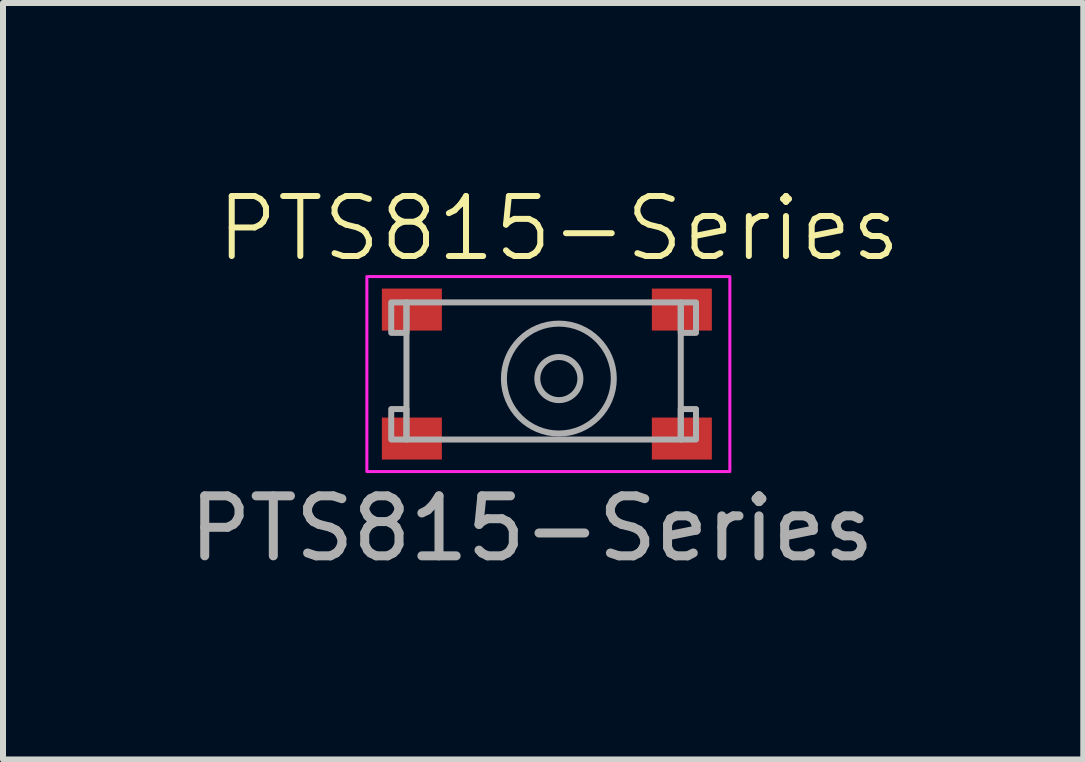
<source format=kicad_pcb>
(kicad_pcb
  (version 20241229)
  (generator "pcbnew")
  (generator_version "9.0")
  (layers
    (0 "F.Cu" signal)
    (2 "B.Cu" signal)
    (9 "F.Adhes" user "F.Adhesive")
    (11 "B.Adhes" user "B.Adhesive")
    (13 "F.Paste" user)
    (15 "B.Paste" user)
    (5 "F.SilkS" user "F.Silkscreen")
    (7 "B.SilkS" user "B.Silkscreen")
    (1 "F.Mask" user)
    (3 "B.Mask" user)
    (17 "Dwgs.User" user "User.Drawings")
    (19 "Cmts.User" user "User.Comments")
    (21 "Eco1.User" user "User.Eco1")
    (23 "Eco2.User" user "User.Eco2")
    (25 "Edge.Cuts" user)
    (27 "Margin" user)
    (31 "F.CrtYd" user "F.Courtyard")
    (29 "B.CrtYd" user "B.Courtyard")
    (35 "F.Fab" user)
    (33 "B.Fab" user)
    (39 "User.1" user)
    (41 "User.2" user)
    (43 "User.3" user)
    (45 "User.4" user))
  (footprint "PTS815-Series"
    (layer "F.Cu")
    (at 6.265 3.26)
    (property "Reference" "PTS815-Series" (at 0 -2.5 0) (unlocked yes) (layer "F.SilkS") (effects (font (size 1 1) (thickness 0.1))))
    (attr smd)
    (fp_rect (start -3.2 -1.7) (end 2.85 1.55) (stroke (width 0.05) (type default)) (fill no) (layer "F.CrtYd"))
    (fp_rect (start -2.794 -1.27) (end -2.54 -0.762) (stroke (width 0.1) (type solid)) (fill no) (layer "F.Fab"))
    (fp_rect (start -2.794 0.508) (end -2.54 1.016) (stroke (width 0.1) (type solid)) (fill no) (layer "F.Fab"))
    (fp_rect (start -2.54 -1.27) (end 2.032 1.016) (stroke (width 0.1) (type default)) (fill no) (layer "F.Fab"))
    (fp_rect (start 2.032 -1.27) (end 2.286 -0.762) (stroke (width 0.1) (type solid)) (fill no) (layer "F.Fab"))
    (fp_rect (start 2.032 0.508) (end 2.286 1.016) (stroke (width 0.1) (type solid)) (fill no) (layer "F.Fab"))
    (fp_circle (center 0 0) (end 0.254 -0.254) (stroke (width 0.1) (type default)) (fill no) (layer "F.Fab"))
    (fp_circle (center 0 0) (end 0.762 -0.508) (stroke (width 0.1) (type default)) (fill no) (layer "F.Fab"))
    (fp_text user "${REFERENCE}" (at -0.45 2.5 0) (unlocked yes) (layer "F.Fab") (effects (font (size 1 1) (thickness 0.15))))
    (pad "1" smd rect (at -2.45 -1.15) (size 1 0.7) (layers "F.Cu" "F.Mask" "F.Paste"))
    (pad "1" smd rect (at 2.05 -1.15) (size 1 0.7) (layers "F.Cu" "F.Mask" "F.Paste"))
    (pad "2" smd rect (at -2.45 1) (size 1 0.7) (layers "F.Cu" "F.Mask" "F.Paste"))
    (pad "2" smd rect (at 2.05 1) (size 1 0.7) (layers "F.Cu" "F.Mask" "F.Paste")))
  (gr_rect
    (start -3 -3)
    (end 15.006 9.609)
    (stroke (width 0.1) (type default))
    (fill no)
    (layer "Edge.Cuts")))
</source>
